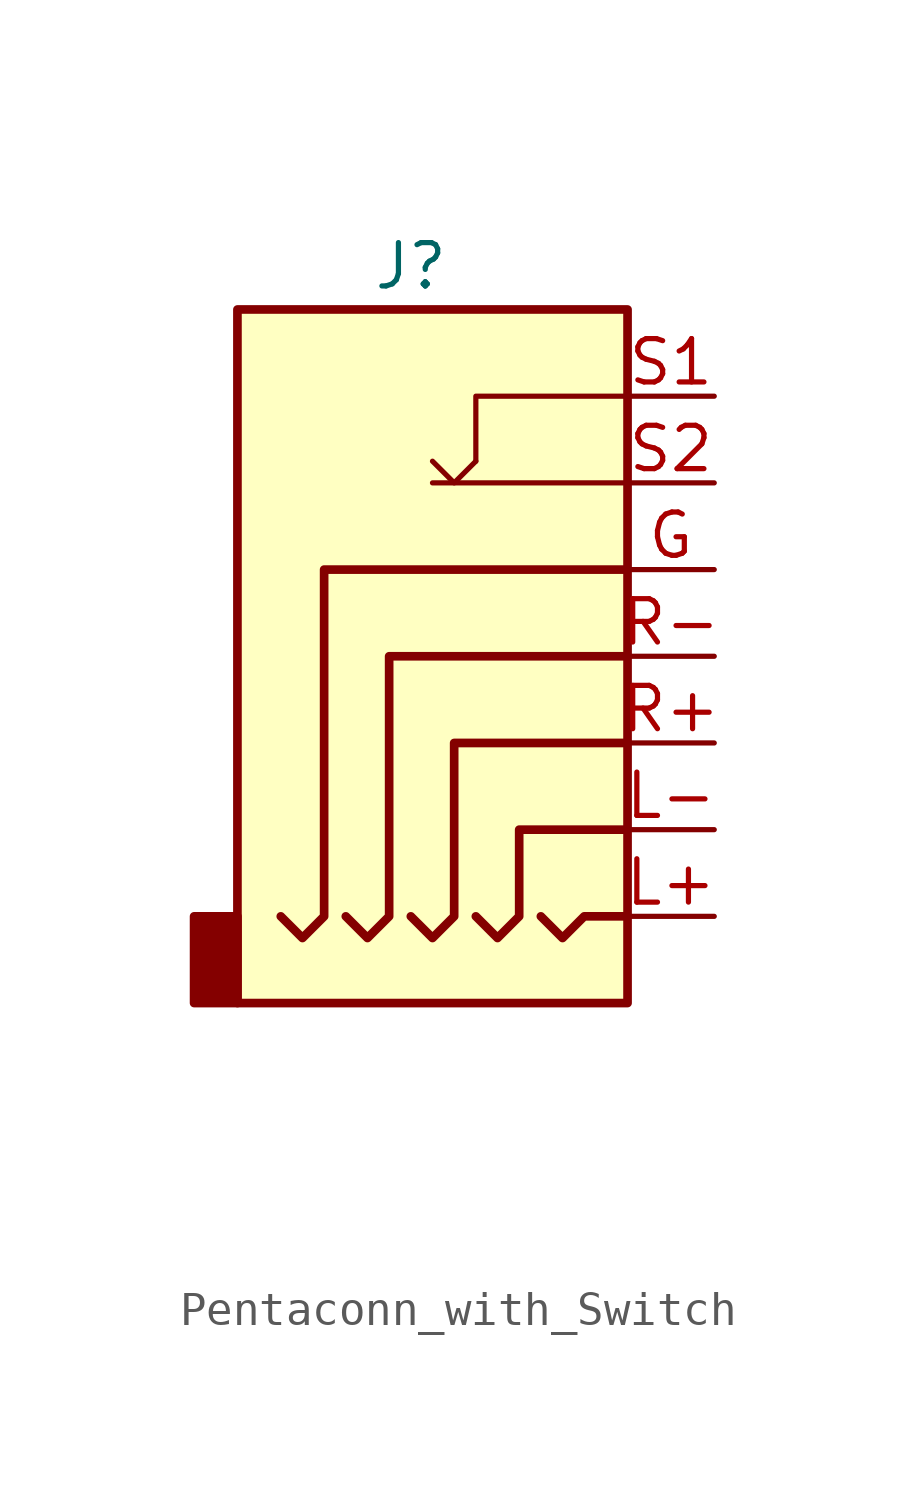
<source format=kicad_sym>
(kicad_symbol_lib
  (version 20220914)
  (generator kicad_symbol_editor)
  (symbol "Pentaconn_with_Switch"
    (property "Reference" "J"
      (at -0.635 12.065 0)
      (effects (font (size 1.27 1.27))))
    (property "Value" ""
      (at -3.175 -14.605 0)
      (effects (font (size 1.27 1.27))))
    (symbol "Pentaconn_with_Switch_0_1"
      (rectangle (start -5.715 -6.985) (end -6.985 -9.525) (stroke (width 0.254) (type default)) (fill (type outline)))
      (rectangle (start -5.715 10.795) (end 5.715 -9.525) (stroke (width 0.254) (type default)) (fill (type background)))
      (polyline (pts (xy 5.715 5.715) (xy 0 5.715)) (stroke (width 0) (type default)) (fill (type none)))
      (polyline (pts (xy 1.27 6.35) (xy 0.635 5.715) (xy 0 6.35)) (stroke (width 0) (type default)) (fill (type none)))
      (polyline (pts (xy 5.715 8.255) (xy 1.27 8.255) (xy 1.27 6.35)) (stroke (width 0) (type default)) (fill (type none)))
      (polyline (pts (xy 3.175 -6.985) (xy 3.81 -7.62) (xy 4.445 -6.985) (xy 5.715 -6.985)) (stroke (width 0.254) (type default)) (fill (type none)))
      (polyline (pts (xy -2.54 -6.985) (xy -1.905 -7.62) (xy -1.27 -6.985) (xy -1.27 0.635) (xy 5.715 0.635)) (stroke (width 0.254) (type default)) (fill (type none)))
      (polyline (pts (xy 1.27 -6.985) (xy 1.905 -7.62) (xy 2.54 -6.985) (xy 2.54 -4.445) (xy 5.715 -4.445)) (stroke (width 0.254) (type default)) (fill (type none)))
      (polyline (pts (xy 5.715 -1.905) (xy 0.635 -1.905) (xy 0.635 -6.985) (xy 0 -7.62) (xy -0.635 -6.985)) (stroke (width 0.254) (type default)) (fill (type none)))
      (polyline (pts (xy 5.715 3.175) (xy -3.175 3.175) (xy -3.175 -6.985) (xy -3.81 -7.62) (xy -4.445 -6.985)) (stroke (width 0.254) (type default)) (fill (type none))))
    (symbol "Pentaconn_with_Switch_1_1"
      (pin bidirectional line (at 8.255 3.175 180) (length 2.54) (name "" (effects (font (size 1.27 1.27)))) (number "G" (effects (font (size 1.27 1.27)))))
      (pin bidirectional line (at 8.255 -6.985 180) (length 2.54) (name "" (effects (font (size 1.27 1.27)))) (number "L+" (effects (font (size 1.27 1.27)))))
      (pin bidirectional line (at 8.255 -4.445 180) (length 2.54) (name "" (effects (font (size 1.27 1.27)))) (number "L-" (effects (font (size 1.27 1.27)))))
      (pin bidirectional line (at 8.255 -1.905 180) (length 2.54) (name "" (effects (font (size 1.27 1.27)))) (number "R+" (effects (font (size 1.27 1.27)))))
      (pin bidirectional line (at 8.255 0.635 180) (length 2.54) (name "" (effects (font (size 1.27 1.27)))) (number "R-" (effects (font (size 1.27 1.27)))))
      (pin bidirectional line (at 8.255 8.255 180) (length 2.54) (name "" (effects (font (size 1.27 1.27)))) (number "S1" (effects (font (size 1.27 1.27)))))
      (pin bidirectional line (at 8.255 5.715 180) (length 2.54) (name "" (effects (font (size 1.27 1.27)))) (number "S2" (effects (font (size 1.27 1.27))))))))
</source>
